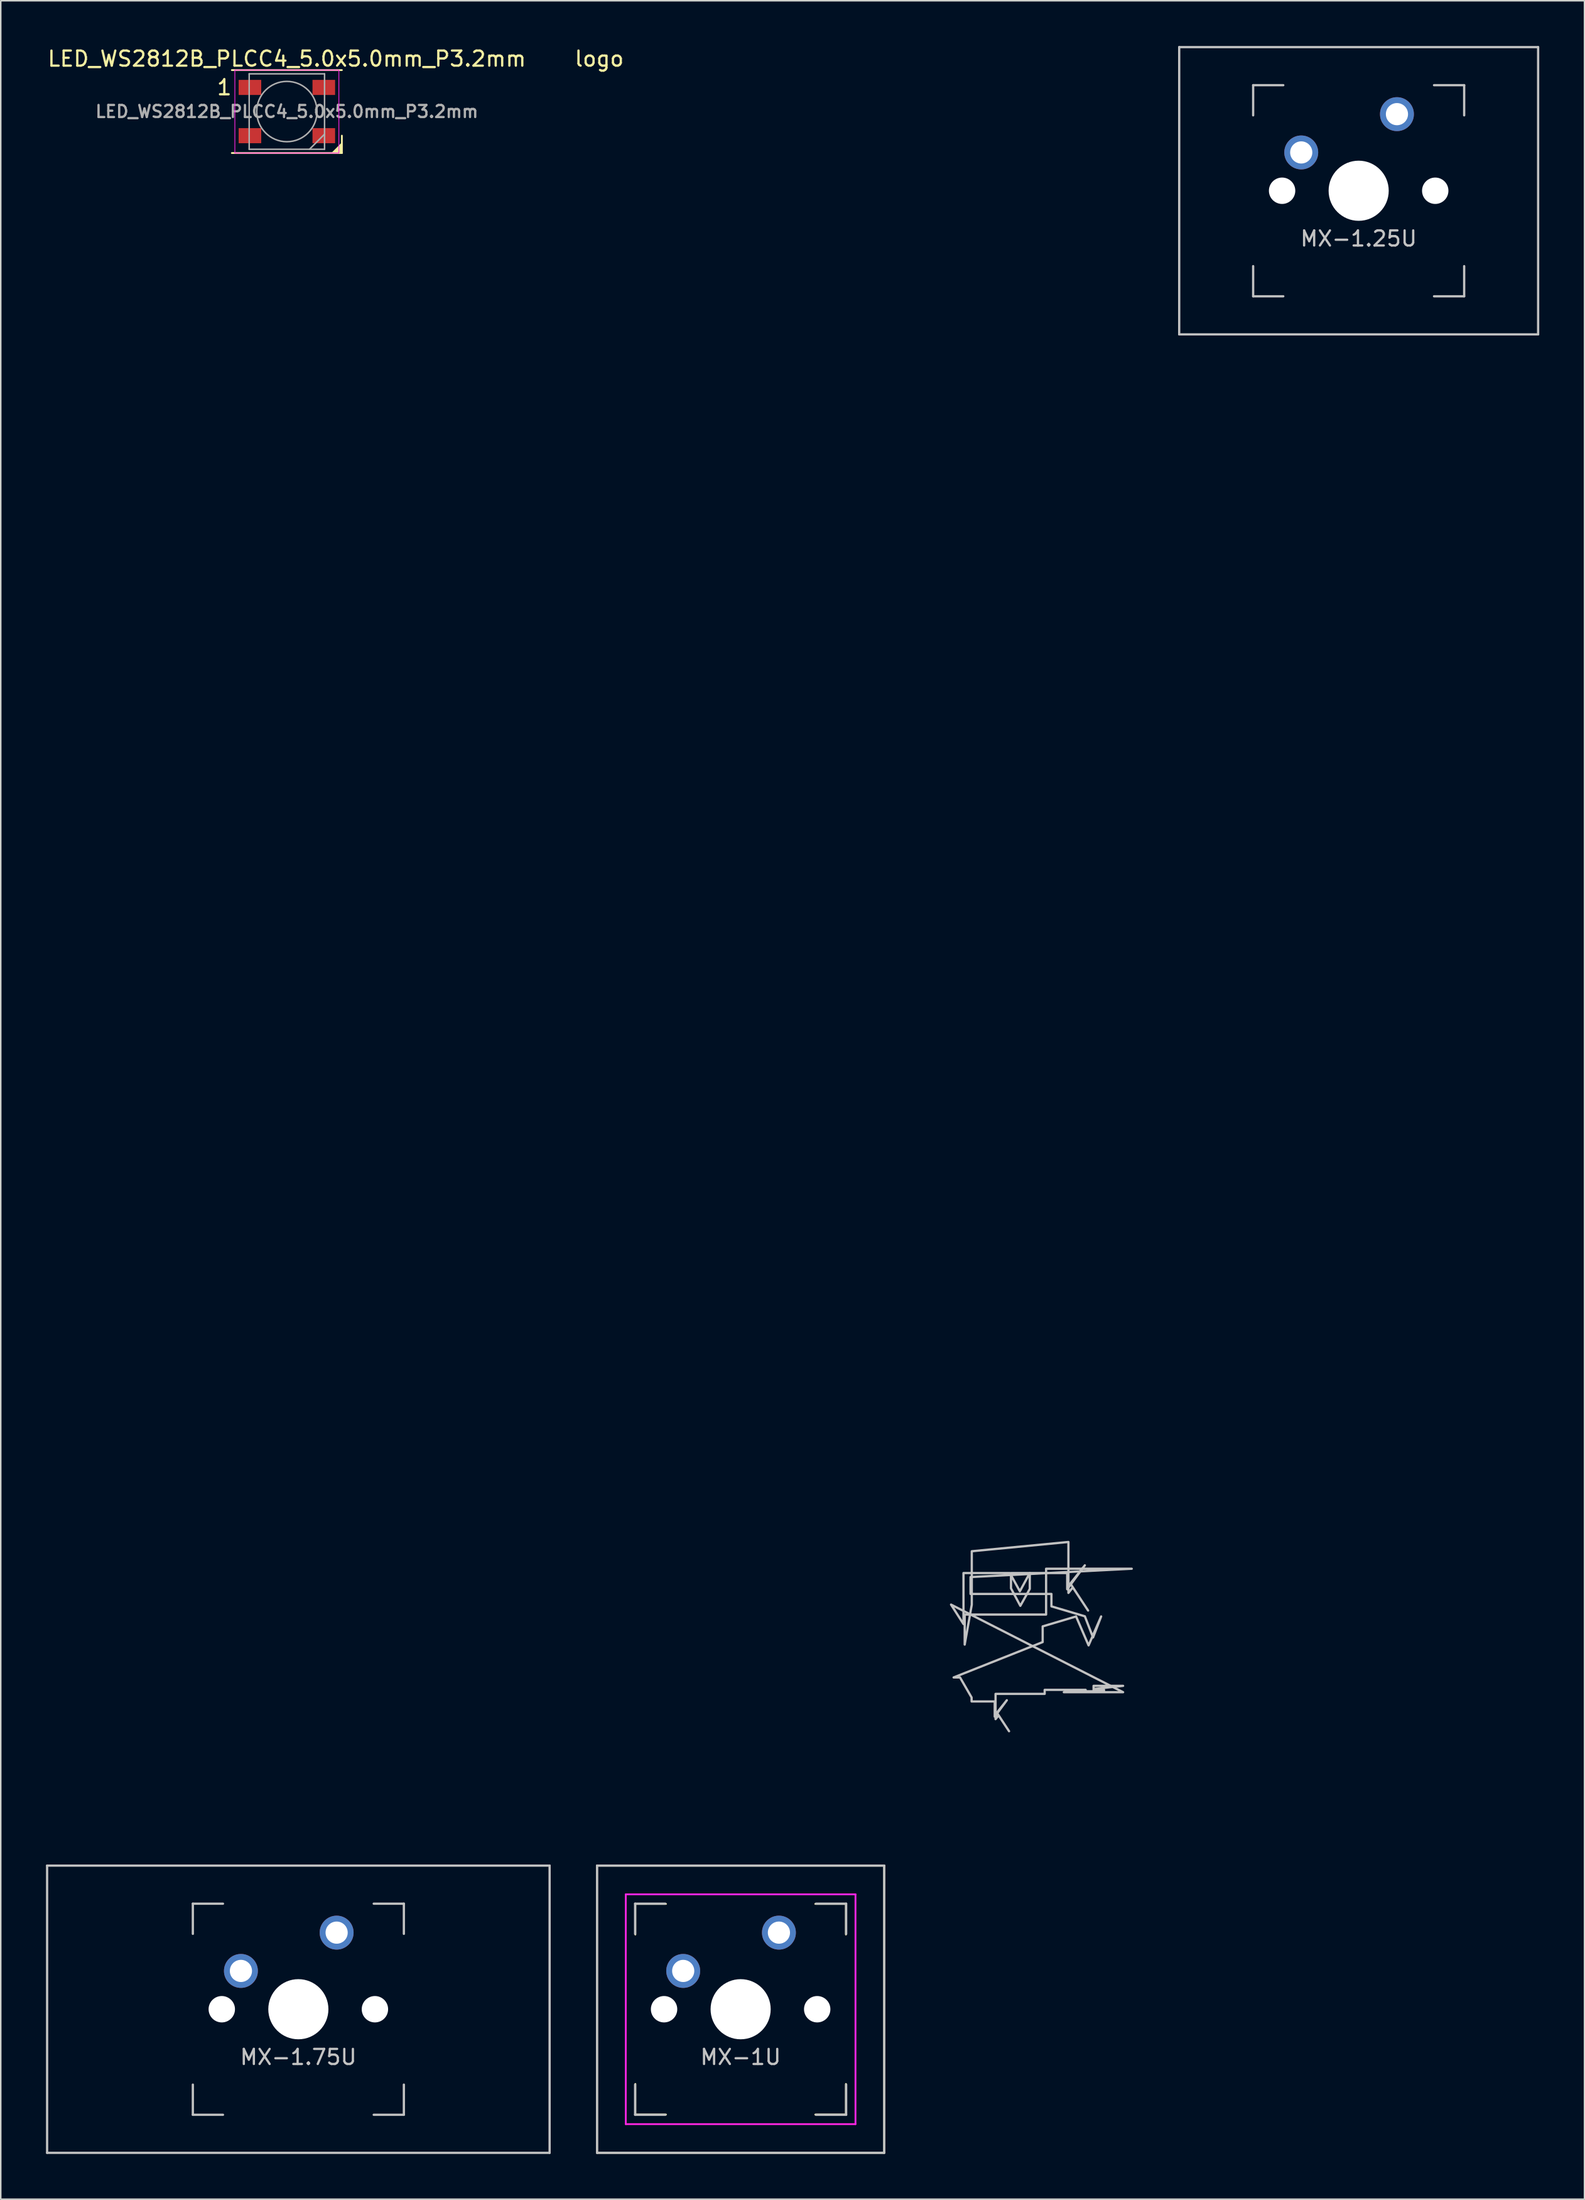
<source format=kicad_pcb>
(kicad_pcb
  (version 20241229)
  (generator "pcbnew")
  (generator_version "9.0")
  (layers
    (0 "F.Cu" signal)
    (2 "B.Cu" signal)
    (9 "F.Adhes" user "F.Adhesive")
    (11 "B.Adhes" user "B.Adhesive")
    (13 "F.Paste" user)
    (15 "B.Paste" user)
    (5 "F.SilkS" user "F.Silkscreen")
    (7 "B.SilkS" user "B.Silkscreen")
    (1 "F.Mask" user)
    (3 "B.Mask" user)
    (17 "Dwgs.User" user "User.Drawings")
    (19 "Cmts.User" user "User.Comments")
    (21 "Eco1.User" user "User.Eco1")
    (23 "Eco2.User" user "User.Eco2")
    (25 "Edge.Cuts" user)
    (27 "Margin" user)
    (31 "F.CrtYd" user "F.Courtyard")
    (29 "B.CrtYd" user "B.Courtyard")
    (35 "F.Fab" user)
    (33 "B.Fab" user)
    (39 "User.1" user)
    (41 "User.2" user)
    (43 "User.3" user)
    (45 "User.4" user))
  (footprint "LED_WS2812B_PLCC4_5.0x5.0mm_P3.2mm"
    (layer "F.Cu")
    (at 15.982 4.348)
    (property "Reference" "LED_WS2812B_PLCC4_5.0x5.0mm_P3.2mm" (at 0 -3.5 0) (layer "F.SilkS") (effects (font (size 1 1) (thickness 0.15))))
    (attr smd)
    (fp_line (start -3.65 -2.75) (end 3.65 -2.75) (stroke (width 0.12) (type solid)) (layer "F.SilkS"))
    (fp_line (start -3.65 2.75) (end 3.65 2.75) (stroke (width 0.12) (type solid)) (layer "F.SilkS"))
    (fp_line (start 3.65 2.75) (end 3.65 1.6) (stroke (width 0.12) (type solid)) (layer "F.SilkS"))
    (fp_poly (pts (xy 3.632 2.743) (xy 3.023 2.743) (xy 3.632 2.134)) (stroke (width 0.1) (type solid)) (fill yes) (layer "F.SilkS"))
    (fp_line (start -3.45 -2.75) (end -3.45 2.75) (stroke (width 0.05) (type solid)) (layer "F.CrtYd"))
    (fp_line (start -3.45 2.75) (end 3.45 2.75) (stroke (width 0.05) (type solid)) (layer "F.CrtYd"))
    (fp_line (start 3.45 -2.75) (end -3.45 -2.75) (stroke (width 0.05) (type solid)) (layer "F.CrtYd"))
    (fp_line (start 3.45 2.75) (end 3.45 -2.75) (stroke (width 0.05) (type solid)) (layer "F.CrtYd"))
    (fp_line (start -2.5 -2.5) (end -2.5 2.5) (stroke (width 0.1) (type solid)) (layer "F.Fab"))
    (fp_line (start -2.5 2.5) (end 2.5 2.5) (stroke (width 0.1) (type solid)) (layer "F.Fab"))
    (fp_line (start 2.5 -2.5) (end -2.5 -2.5) (stroke (width 0.1) (type solid)) (layer "F.Fab"))
    (fp_line (start 2.5 1.5) (end 1.5 2.5) (stroke (width 0.1) (type solid)) (layer "F.Fab"))
    (fp_line (start 2.5 2.5) (end 2.5 -2.5) (stroke (width 0.1) (type solid)) (layer "F.Fab"))
    (fp_circle (center 0 0) (end 0 -2) (stroke (width 0.1) (type solid)) (fill no) (layer "F.Fab"))
    (fp_text user "1" (at -4.15 -1.6 0) (layer "F.SilkS") (effects (font (size 1 1) (thickness 0.15))))
    (fp_text user "${REFERENCE}" (at 0 0 0) (layer "F.Fab") (effects (font (size 0.8 0.8) (thickness 0.15))))
    (pad "1" smd rect (at -2.45 -1.6) (size 1.5 1) (layers "F.Cu" "F.Mask" "F.Paste"))
    (pad "2" smd rect (at -2.45 1.6) (size 1.5 1) (layers "F.Cu" "F.Mask" "F.Paste"))
    (pad "3" smd rect (at 2.45 1.6) (size 1.5 1) (layers "F.Cu" "F.Mask" "F.Paste"))
    (pad "4" smd rect (at 2.45 -1.6) (size 1.5 1) (layers "F.Cu" "F.Mask" "F.Paste")))
  (footprint "logo"
    (layer "F.Cu")
    (at 36.48 5.852)
    (property "Reference" "logo" (at 0.229 -5.004 180) (layer "F.SilkS") (effects (font (size 1 1) (thickness 0.15))))
    (attr through_hole)
    (fp_poly (pts (xy 23.566 97.513) (xy 23.566 98.997) (xy 23.566 104.795) (xy 23.566 107.217) (xy 23.566 109.597) (xy 23.566 111.673) (xy 23.566 109.597) (xy 23.566 107.217) (xy 23.566 104.795) (xy 23.566 98.997) (xy 23.566 97.514) (xy 24.392 98.803) (xy 24.392 98.917) (xy 24.392 96.199) (xy 24.392 95.421) (xy 27.469 95.421) (xy 28.132 96.63) (xy 28.79 95.421) (xy 28.79 96.075) (xy 28.79 98.788) (xy 28.79 96.473) (xy 28.164 97.595) (xy 27.544 96.436) (xy 27.544 98.788) (xy 27.544 96.075) (xy 27.544 95.421) (xy 31.273 95.421) (xy 31.273 95.81) (xy 31.273 95.028) (xy 31.273 96.495) (xy 32.443 94.909) (xy 32.04 95.417) (xy 31.483 96.117) (xy 32.659 97.908) (xy 31.645 96.371) (xy 31.354 96.738) (xy 31.354 97.789) (xy 31.354 95.077) (xy 31.354 95.767) (xy 31.354 96.851) (xy 31.354 94.138) (xy 31.354 93.36) (xy 24.942 93.975) (xy 24.942 94.893) (xy 24.942 96.36) (xy 24.942 97.606) (xy 24.942 97.519) (xy 24.472 100.165) (xy 24.472 100.194) (xy 24.472 101.314) (xy 24.472 100.048) (xy 24.472 98.173) (xy 28.013 98.173) (xy 28.013 99.132) (xy 28.013 99.516) (xy 28.013 99.132) (xy 28.013 98.173) (xy 29.873 98.173) (xy 29.873 98.275) (xy 29.873 97.005) (xy 29.873 95.134) (xy 35.554 95.134) (xy 35.554 95.226) (xy 35.554 95.134) (xy 24.86 95.687) (xy 24.86 96.859) (xy 24.86 96.806) (xy 30.227 96.806) (xy 30.227 97.63) (xy 32.444 98.289) (xy 32.987 99.694) (xy 33.525 98.299) (xy 33.304 98.807) (xy 32.691 100.218) (xy 32.082 98.807) (xy 31.862 98.299) (xy 29.645 98.958) (xy 29.645 100.077) (xy 29.645 100) (xy 23.737 102.344) (xy 24.162 102.344) (xy 24.93 103.671) (xy 24.93 104.85) (xy 24.93 105.39) (xy 24.93 104.85) (xy 24.93 103.937) (xy 26.465 103.937) (xy 26.465 104.943) (xy 27.267 103.856) (xy 26.609 104.684) (xy 26.718 104.85) (xy 27.415 105.911) (xy 26.72 104.857) (xy 26.52 105.109) (xy 26.52 105.829) (xy 26.52 104.617) (xy 26.52 103.434) (xy 29.779 103.434) (xy 29.779 103.527) (xy 29.779 103.168) (xy 31.738 103.168) (xy 31.738 103.652) (xy 31.738 104.192) (xy 31.738 103.652) (xy 31.738 103.168) (xy 33.714 103.168) (xy 33.714 103.261) (xy 33.023 103.261) (xy 33.023 102.902) (xy 34.982 102.902) (xy 34.982 103.386) (xy 34.982 103.926) (xy 34.982 103.386) (xy 34.982 102.902) (xy 31.048 103.323) (xy 31.048 104.347) (xy 31.048 103.323) (xy 34.982 103.323) (xy 34.982 104.347) (xy 34.982 103.323)) (stroke (width 0.15) (type solid)) (fill no) (layer "Dwgs.User")))
  (footprint "MX-1U"
    (layer "F.Cu")
    (at 46.087 130.2)
    (property "Reference" "MX-1U" (at 0 3.175 0) (layer "Dwgs.User") (effects (font (size 1 1) (thickness 0.15))))
    (attr through_hole)
    (fp_line (start -9.525 -9.525) (end 9.525 -9.525) (stroke (width 0.12) (type solid)) (layer "F.SilkS"))
    (fp_line (start -9.525 9.525) (end -9.525 -9.525) (stroke (width 0.12) (type solid)) (layer "F.SilkS"))
    (fp_line (start -6.985 -6.985) (end -4.953 -6.985) (stroke (width 0.12) (type solid)) (layer "F.SilkS"))
    (fp_line (start -6.985 -4.953) (end -6.985 -6.985) (stroke (width 0.12) (type solid)) (layer "F.SilkS"))
    (fp_line (start -6.985 4.953) (end -6.985 6.985) (stroke (width 0.12) (type solid)) (layer "F.SilkS"))
    (fp_line (start -6.985 6.985) (end -4.953 6.985) (stroke (width 0.12) (type solid)) (layer "F.SilkS"))
    (fp_line (start 4.953 -6.985) (end 6.985 -6.985) (stroke (width 0.12) (type solid)) (layer "F.SilkS"))
    (fp_line (start 4.953 6.985) (end 6.985 6.985) (stroke (width 0.12) (type solid)) (layer "F.SilkS"))
    (fp_line (start 6.985 -6.985) (end 6.985 -4.953) (stroke (width 0.12) (type solid)) (layer "F.SilkS"))
    (fp_line (start 6.985 6.985) (end 6.985 4.953) (stroke (width 0.12) (type solid)) (layer "F.SilkS"))
    (fp_line (start 9.525 -9.525) (end 9.525 9.525) (stroke (width 0.12) (type solid)) (layer "F.SilkS"))
    (fp_line (start 9.525 9.525) (end -9.525 9.525) (stroke (width 0.12) (type solid)) (layer "F.SilkS"))
    (fp_line (start -9.525 -9.525) (end 9.525 -9.525) (stroke (width 0.15) (type solid)) (layer "Dwgs.User"))
    (fp_line (start -9.525 9.525) (end -9.525 -9.525) (stroke (width 0.15) (type solid)) (layer "Dwgs.User"))
    (fp_line (start -7 -7) (end -7 -5) (stroke (width 0.15) (type solid)) (layer "Dwgs.User"))
    (fp_line (start -7 5) (end -7 7) (stroke (width 0.15) (type solid)) (layer "Dwgs.User"))
    (fp_line (start -7 7) (end -5 7) (stroke (width 0.15) (type solid)) (layer "Dwgs.User"))
    (fp_line (start -5 -7) (end -7 -7) (stroke (width 0.15) (type solid)) (layer "Dwgs.User"))
    (fp_line (start 5 -7) (end 7 -7) (stroke (width 0.15) (type solid)) (layer "Dwgs.User"))
    (fp_line (start 5 7) (end 7 7) (stroke (width 0.15) (type solid)) (layer "Dwgs.User"))
    (fp_line (start 7 -7) (end 7 -5) (stroke (width 0.15) (type solid)) (layer "Dwgs.User"))
    (fp_line (start 7 7) (end 7 5) (stroke (width 0.15) (type solid)) (layer "Dwgs.User"))
    (fp_line (start 9.525 -9.525) (end 9.525 9.525) (stroke (width 0.15) (type solid)) (layer "Dwgs.User"))
    (fp_line (start 9.525 9.525) (end -9.525 9.525) (stroke (width 0.15) (type solid)) (layer "Dwgs.User"))
    (fp_line (start -7.62 -7.62) (end 7.62 -7.62) (stroke (width 0.12) (type solid)) (layer "F.CrtYd"))
    (fp_line (start -7.62 7.62) (end -7.62 -7.62) (stroke (width 0.12) (type solid)) (layer "F.CrtYd"))
    (fp_line (start 7.62 -7.62) (end 7.62 7.62) (stroke (width 0.12) (type solid)) (layer "F.CrtYd"))
    (fp_line (start 7.62 7.62) (end -7.62 7.62) (stroke (width 0.12) (type solid)) (layer "F.CrtYd"))
    (fp_text user "" (at 0 3.048 0) (layer "B.SilkS") (effects (font (size 1 1) (thickness 0.15)) (justify mirror)))
    (pad "" np_thru_hole circle (at -5.08 0 48.1) (size 1.75 1.75) (drill 1.75) (layers "*.Cu" "*.Mask"))
    (pad "" np_thru_hole circle (at 0 0) (size 3.988 3.988) (drill 3.988) (layers "*.Cu" "*.Mask"))
    (pad "" np_thru_hole circle (at 5.08 0 48.1) (size 1.75 1.75) (drill 1.75) (layers "*.Cu" "*.Mask"))
    (pad "1" thru_hole circle (at -3.81 -2.54) (size 2.25 2.25) (drill 1.47) (layers "*.Cu" "*.Mask"))
    (pad "2" thru_hole circle (at 2.54 -5.08) (size 2.25 2.25) (drill 1.47) (layers "*.Cu" "*.Mask")))
  (footprint "MX-1.75U"
    (layer "F.Cu")
    (at 16.744 130.2)
    (property "Reference" "MX-1.75U" (at 0 3.175 0) (layer "Dwgs.User") (effects (font (size 1 1) (thickness 0.15))))
    (attr through_hole)
    (fp_line (start -16.669 -9.525) (end 16.669 -9.525) (stroke (width 0.15) (type solid)) (layer "Dwgs.User"))
    (fp_line (start -16.669 9.525) (end -16.669 -9.525) (stroke (width 0.15) (type solid)) (layer "Dwgs.User"))
    (fp_line (start -16.669 9.525) (end 16.669 9.525) (stroke (width 0.15) (type solid)) (layer "Dwgs.User"))
    (fp_line (start -7 -7) (end -7 -5) (stroke (width 0.15) (type solid)) (layer "Dwgs.User"))
    (fp_line (start -7 5) (end -7 7) (stroke (width 0.15) (type solid)) (layer "Dwgs.User"))
    (fp_line (start -7 7) (end -5 7) (stroke (width 0.15) (type solid)) (layer "Dwgs.User"))
    (fp_line (start -5 -7) (end -7 -7) (stroke (width 0.15) (type solid)) (layer "Dwgs.User"))
    (fp_line (start 5 -7) (end 7 -7) (stroke (width 0.15) (type solid)) (layer "Dwgs.User"))
    (fp_line (start 5 7) (end 7 7) (stroke (width 0.15) (type solid)) (layer "Dwgs.User"))
    (fp_line (start 7 -7) (end 7 -5) (stroke (width 0.15) (type solid)) (layer "Dwgs.User"))
    (fp_line (start 7 7) (end 7 5) (stroke (width 0.15) (type solid)) (layer "Dwgs.User"))
    (fp_line (start 16.669 -9.525) (end 16.669 9.525) (stroke (width 0.15) (type solid)) (layer "Dwgs.User"))
    (pad "" np_thru_hole circle (at -5.08 0 48.1) (size 1.75 1.75) (drill 1.75) (layers "*.Cu" "*.Mask"))
    (pad "" np_thru_hole circle (at 0 0) (size 3.988 3.988) (drill 3.988) (layers "*.Cu" "*.Mask"))
    (pad "" np_thru_hole circle (at 5.08 0 48.1) (size 1.75 1.75) (drill 1.75) (layers "*.Cu" "*.Mask"))
    (pad "1" thru_hole circle (at -3.81 -2.54) (size 2.25 2.25) (drill 1.47) (layers "*.Cu" "B.Mask"))
    (pad "2" thru_hole circle (at 2.54 -5.08) (size 2.25 2.25) (drill 1.47) (layers "*.Cu" "B.Mask")))
  (footprint "MX-1.25U"
    (layer "F.Cu")
    (at 87.09 9.6)
    (property "Reference" "MX-1.25U" (at 0 3.175 0) (layer "Dwgs.User") (effects (font (size 1 1) (thickness 0.15))))
    (attr through_hole)
    (fp_line (start -11.906 -9.525) (end 11.906 -9.525) (stroke (width 0.15) (type solid)) (layer "Dwgs.User"))
    (fp_line (start -11.906 9.525) (end -11.906 -9.525) (stroke (width 0.15) (type solid)) (layer "Dwgs.User"))
    (fp_line (start -11.906 9.525) (end 11.906 9.525) (stroke (width 0.15) (type solid)) (layer "Dwgs.User"))
    (fp_line (start -7 -7) (end -7 -5) (stroke (width 0.15) (type solid)) (layer "Dwgs.User"))
    (fp_line (start -7 5) (end -7 7) (stroke (width 0.15) (type solid)) (layer "Dwgs.User"))
    (fp_line (start -7 7) (end -5 7) (stroke (width 0.15) (type solid)) (layer "Dwgs.User"))
    (fp_line (start -5 -7) (end -7 -7) (stroke (width 0.15) (type solid)) (layer "Dwgs.User"))
    (fp_line (start 5 -7) (end 7 -7) (stroke (width 0.15) (type solid)) (layer "Dwgs.User"))
    (fp_line (start 5 7) (end 7 7) (stroke (width 0.15) (type solid)) (layer "Dwgs.User"))
    (fp_line (start 7 -7) (end 7 -5) (stroke (width 0.15) (type solid)) (layer "Dwgs.User"))
    (fp_line (start 7 7) (end 7 5) (stroke (width 0.15) (type solid)) (layer "Dwgs.User"))
    (fp_line (start 11.906 -9.525) (end 11.906 9.525) (stroke (width 0.15) (type solid)) (layer "Dwgs.User"))
    (pad "" np_thru_hole circle (at -5.08 0 48.1) (size 1.75 1.75) (drill 1.75) (layers "*.Cu" "*.Mask"))
    (pad "" np_thru_hole circle (at 0 0) (size 3.988 3.988) (drill 3.988) (layers "*.Cu" "*.Mask"))
    (pad "" np_thru_hole circle (at 5.08 0 48.1) (size 1.75 1.75) (drill 1.75) (layers "*.Cu" "*.Mask"))
    (pad "1" thru_hole circle (at -3.81 -2.54) (size 2.25 2.25) (drill 1.47) (layers "*.Cu" "B.Mask"))
    (pad "2" thru_hole circle (at 2.54 -5.08) (size 2.25 2.25) (drill 1.47) (layers "*.Cu" "B.Mask")))
  (gr_rect
    (start -3 -3)
    (end 102.071 142.8)
    (stroke (width 0.1) (type default))
    (fill no)
    (layer "Edge.Cuts")))
</source>
